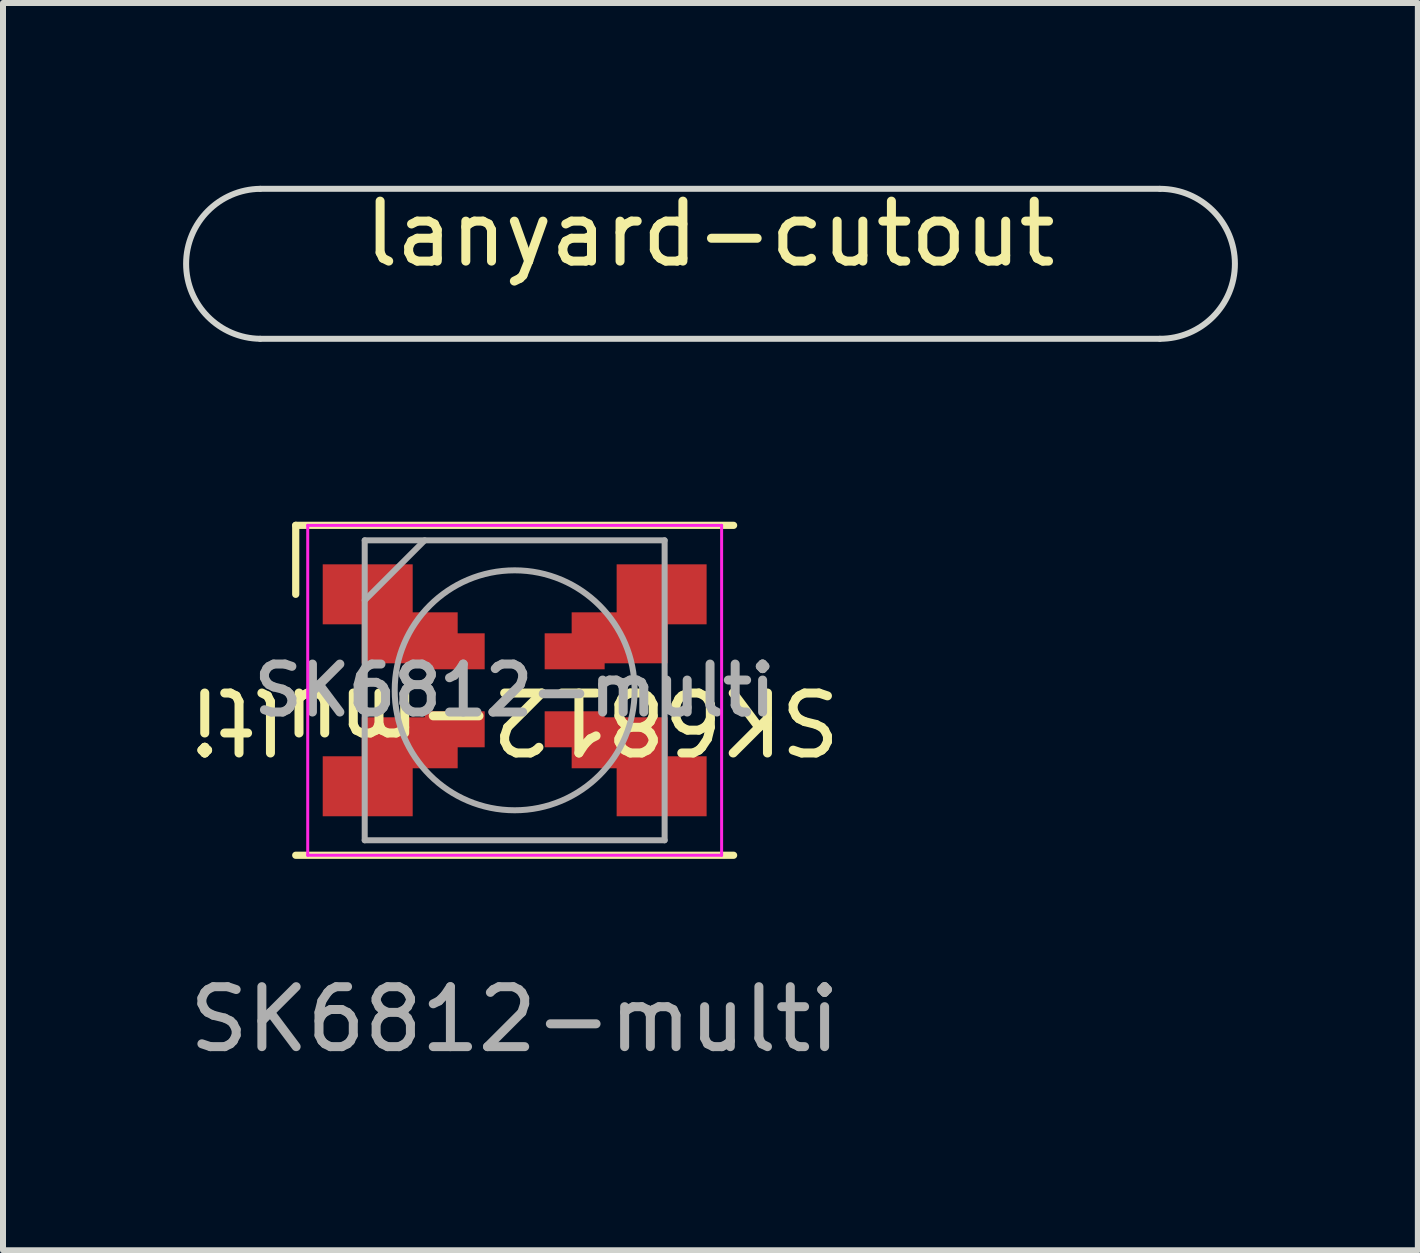
<source format=kicad_pcb>
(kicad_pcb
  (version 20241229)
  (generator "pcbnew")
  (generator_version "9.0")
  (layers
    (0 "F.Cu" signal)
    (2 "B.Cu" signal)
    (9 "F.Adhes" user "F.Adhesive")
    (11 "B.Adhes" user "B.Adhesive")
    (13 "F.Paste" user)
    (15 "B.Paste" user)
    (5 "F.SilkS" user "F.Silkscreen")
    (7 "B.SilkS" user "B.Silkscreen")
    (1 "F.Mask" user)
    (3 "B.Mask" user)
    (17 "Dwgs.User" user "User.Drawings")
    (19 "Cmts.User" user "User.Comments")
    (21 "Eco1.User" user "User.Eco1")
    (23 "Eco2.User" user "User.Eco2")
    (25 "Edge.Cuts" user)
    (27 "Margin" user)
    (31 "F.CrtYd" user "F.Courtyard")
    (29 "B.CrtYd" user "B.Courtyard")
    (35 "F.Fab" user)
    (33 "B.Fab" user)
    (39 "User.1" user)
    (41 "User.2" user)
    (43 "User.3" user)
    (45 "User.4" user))
  (footprint "lanyard-cutout"
    (layer "F.Cu")
    (at 8.787 1.348)
    (property "Reference" "lanyard-cutout" (at 0 -0.5 0) (unlocked yes) (layer "F.SilkS") (effects (font (size 1 1) (thickness 0.15))))
    (fp_line (start -7.5 1.25) (end 7.5 1.25) (stroke (width 0.1) (type solid)) (layer "Edge.Cuts"))
    (fp_line (start 7.5 -1.25) (end -7.5 -1.25) (stroke (width 0.1) (type solid)) (layer "Edge.Cuts"))
    (fp_arc (start -7.5 1.25) (mid -8.736979 0) (end -7.5 -1.25) (stroke (width 0.1) (type solid)) (layer "Edge.Cuts"))
    (fp_arc (start 7.5 -1.25) (mid 8.75 0) (end 7.5 1.25) (stroke (width 0.1) (type solid)) (layer "Edge.Cuts")))
  (footprint "SK6812-multi"
    (layer "F.Cu")
    (at 5.53 8.458)
    (property "Reference" "SK6812-multi" (at 0 0.5 180) (unlocked yes) (layer "F.SilkS") (effects (font (size 1 1) (thickness 0.15))))
    (attr smd)
    (fp_line (start -3.65 -2.75) (end -3.65 -1.6) (stroke (width 0.12) (type solid)) (layer "F.SilkS"))
    (fp_line (start 3.65 -2.75) (end -3.65 -2.75) (stroke (width 0.12) (type solid)) (layer "F.SilkS"))
    (fp_line (start 3.65 2.75) (end -3.65 2.75) (stroke (width 0.12) (type solid)) (layer "F.SilkS"))
    (fp_line (start -3.45 -2.75) (end -3.45 2.75) (stroke (width 0.05) (type solid)) (layer "F.CrtYd"))
    (fp_line (start -3.45 2.75) (end 3.45 2.75) (stroke (width 0.05) (type solid)) (layer "F.CrtYd"))
    (fp_line (start 3.45 -2.75) (end -3.45 -2.75) (stroke (width 0.05) (type solid)) (layer "F.CrtYd"))
    (fp_line (start 3.45 2.75) (end 3.45 -2.75) (stroke (width 0.05) (type solid)) (layer "F.CrtYd"))
    (fp_line (start -2.5 -2.5) (end -2.5 2.5) (stroke (width 0.1) (type solid)) (layer "F.Fab"))
    (fp_line (start -2.5 -1.5) (end -1.5 -2.5) (stroke (width 0.1) (type solid)) (layer "F.Fab"))
    (fp_line (start -2.5 2.5) (end 2.5 2.5) (stroke (width 0.1) (type solid)) (layer "F.Fab"))
    (fp_line (start 2.5 -2.5) (end -2.5 -2.5) (stroke (width 0.1) (type solid)) (layer "F.Fab"))
    (fp_line (start 2.5 2.5) (end 2.5 -2.5) (stroke (width 0.1) (type solid)) (layer "F.Fab"))
    (fp_circle (center 0 0) (end 0 2) (stroke (width 0.1) (type solid)) (fill no) (layer "F.Fab"))
    (fp_text user "${REFERENCE}" (at 0 5.486 0) (unlocked yes) (layer "F.Fab") (effects (font (size 1 1) (thickness 0.15))))
    (fp_text user "${REFERENCE}" (at 0 0 180) (layer "F.Fab") (effects (font (size 0.8 0.8) (thickness 0.15))))
    (pad "1" smd rect (at -2.45 -1.6 180) (size 1.5 1) (layers "F.Cu" "F.Mask" "F.Paste"))
    (pad "1" smd rect (at -1.75 -0.875) (size 1.6 0.85) (layers "F.Cu" "F.Mask" "F.Paste"))
    (pad "1" smd rect (at -1 -0.65) (size 1 0.6) (layers "F.Cu" "F.Mask" "F.Paste"))
    (pad "2" smd rect (at -2.45 1.6 180) (size 1.5 1) (layers "F.Cu" "F.Mask" "F.Paste"))
    (pad "2" smd rect (at -1.75 0.875) (size 1.6 0.85) (layers "F.Cu" "F.Mask" "F.Paste"))
    (pad "2" smd rect (at -1 0.65) (size 1 0.6) (layers "F.Cu" "F.Mask" "F.Paste"))
    (pad "3" smd rect (at 1 0.65) (size 1 0.6) (layers "F.Cu" "F.Mask" "F.Paste"))
    (pad "3" smd rect (at 1.75 0.875) (size 1.6 0.85) (layers "F.Cu" "F.Mask" "F.Paste"))
    (pad "3" smd rect (at 2.45 1.6 180) (size 1.5 1) (layers "F.Cu" "F.Mask" "F.Paste"))
    (pad "4" smd rect (at 1 -0.65) (size 1 0.6) (layers "F.Cu" "F.Mask" "F.Paste"))
    (pad "4" smd rect (at 1.75 -0.875) (size 1.6 0.85) (layers "F.Cu" "F.Mask" "F.Paste"))
    (pad "4" smd rect (at 2.45 -1.6 180) (size 1.5 1) (layers "F.Cu" "F.Mask" "F.Paste")))
  (gr_rect
    (start -3 -3)
    (end 20.587 17.793)
    (stroke (width 0.1) (type default))
    (fill no)
    (layer "Edge.Cuts")))
</source>
